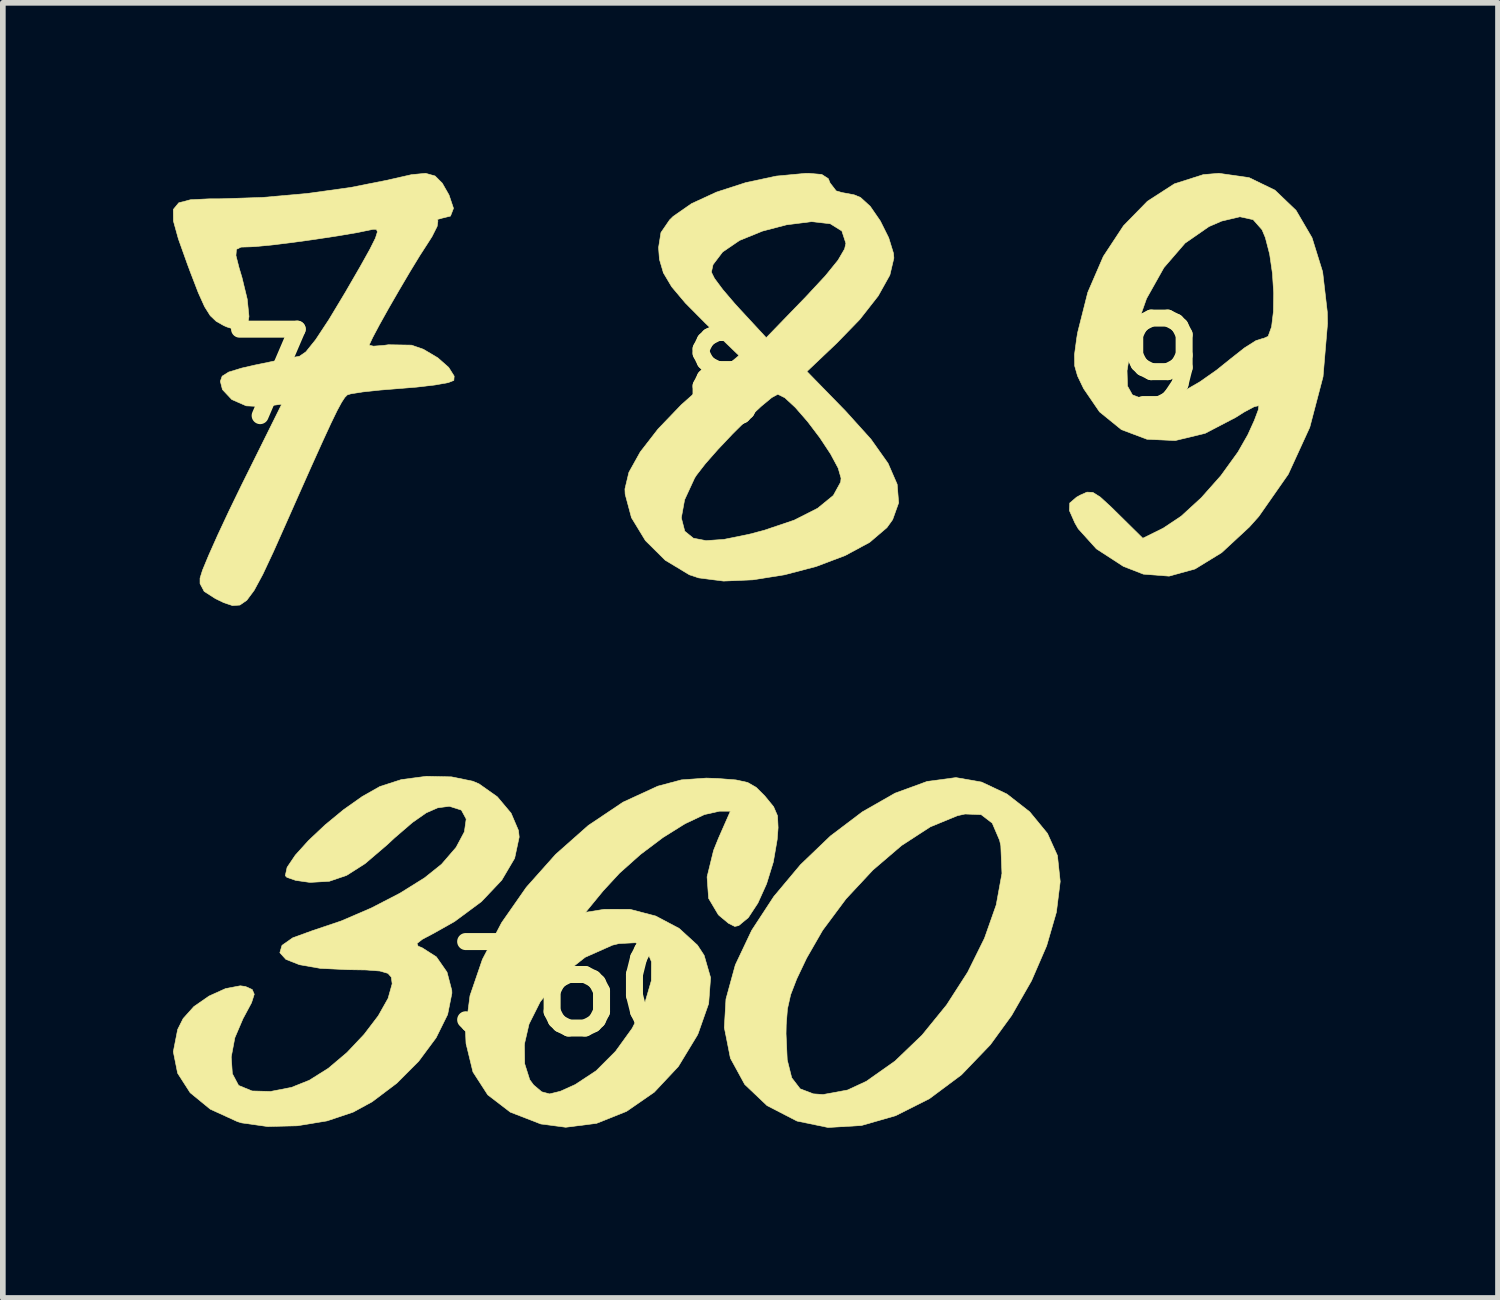
<source format=kicad_pcb>
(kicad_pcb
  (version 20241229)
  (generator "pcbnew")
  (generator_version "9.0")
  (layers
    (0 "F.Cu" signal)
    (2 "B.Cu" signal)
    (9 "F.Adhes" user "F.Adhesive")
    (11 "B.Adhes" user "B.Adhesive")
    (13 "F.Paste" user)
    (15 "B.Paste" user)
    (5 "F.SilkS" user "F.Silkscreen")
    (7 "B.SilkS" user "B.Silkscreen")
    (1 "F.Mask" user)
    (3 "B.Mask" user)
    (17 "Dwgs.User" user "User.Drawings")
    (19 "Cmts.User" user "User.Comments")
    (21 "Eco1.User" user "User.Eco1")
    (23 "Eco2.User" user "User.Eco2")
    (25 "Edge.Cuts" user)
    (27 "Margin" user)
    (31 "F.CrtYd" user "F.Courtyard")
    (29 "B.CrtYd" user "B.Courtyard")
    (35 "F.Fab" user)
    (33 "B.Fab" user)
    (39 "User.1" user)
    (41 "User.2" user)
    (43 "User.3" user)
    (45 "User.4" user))
  (footprint "8"
    (layer "F.Cu")
    (at 9.744 3.646)
    (property "Reference" "8" (at 0 0 0) (layer "F.SilkS") (effects (font (size 1.524 1.524) (thickness 0.3))))
    (attr through_hole)
    (fp_poly (pts (xy 1.692 -3.621) (xy 1.807 -3.547) (xy 1.838 -3.471) (xy 1.946 -3.331) (xy 2.047 -3.302) (xy 2.262 -3.262) (xy 2.374 -3.216) (xy 2.546 -3.059) (xy 2.724 -2.801) (xy 2.872 -2.504) (xy 2.956 -2.231) (xy 2.963 -2.147) (xy 2.892 -1.847) (xy 2.687 -1.48) (xy 2.361 -1.064) (xy 1.955 -0.646) (xy 1.43 -0.148) (xy 2.112 0.551) (xy 2.558 1.045) (xy 2.86 1.471) (xy 3.021 1.841) (xy 3.047 2.168) (xy 2.941 2.464) (xy 2.84 2.605) (xy 2.536 2.864) (xy 2.106 3.096) (xy 1.593 3.29) (xy 1.036 3.436) (xy 0.478 3.525) (xy -0.04 3.547) (xy -0.477 3.491) (xy -0.642 3.436) (xy -1.067 3.18) (xy -1.417 2.833) (xy -1.661 2.432) (xy -1.662 2.432) (xy -0.784 2.432) (xy -0.723 2.668) (xy -0.572 2.791) (xy -0.348 2.834) (xy -0.032 2.812) (xy 0.402 2.724) (xy 0.676 2.652) (xy 1.206 2.473) (xy 1.618 2.264) (xy 1.896 2.037) (xy 2.025 1.802) (xy 2.032 1.733) (xy 1.981 1.556) (xy 1.847 1.306) (xy 1.658 1.02) (xy 1.442 0.735) (xy 1.226 0.487) (xy 1.04 0.315) (xy 0.916 0.254) (xy 0.809 0.313) (xy 0.621 0.469) (xy 0.38 0.694) (xy 0.116 0.957) (xy -0.141 1.229) (xy -0.361 1.479) (xy -0.516 1.679) (xy -0.549 1.73) (xy -0.726 2.113) (xy -0.784 2.432) (xy -1.662 2.432) (xy -1.774 2.015) (xy -1.778 1.923) (xy -1.708 1.63) (xy -1.508 1.271) (xy -1.195 0.867) (xy -0.784 0.439) (xy -0.406 0.103) (xy 0.232 -0.429) (xy -0.358 -0.997) (xy -0.713 -1.355) (xy -0.954 -1.641) (xy -1.1 -1.887) (xy -1.103 -1.898) (xy -0.254 -1.898) (xy -0.2 -1.789) (xy -0.055 -1.594) (xy 0.153 -1.35) (xy 0.23 -1.265) (xy 0.713 -0.743) (xy 1.415 -1.468) (xy 1.757 -1.836) (xy 1.979 -2.11) (xy 2.094 -2.307) (xy 2.117 -2.406) (xy 2.046 -2.624) (xy 1.841 -2.752) (xy 1.512 -2.789) (xy 1.07 -2.733) (xy 0.649 -2.623) (xy 0.243 -2.458) (xy -0.056 -2.254) (xy -0.225 -2.031) (xy -0.254 -1.898) (xy -1.103 -1.898) (xy -1.17 -2.125) (xy -1.185 -2.332) (xy -1.143 -2.597) (xy -0.99 -2.82) (xy -0.927 -2.882) (xy -0.605 -3.106) (xy -0.163 -3.31) (xy 0.352 -3.477) (xy 0.89 -3.592) (xy 1.404 -3.64) (xy 1.459 -3.641) (xy 1.692 -3.621)) (stroke (width 0.01) (type solid)) (fill yes) (layer "F.SilkS")))
  (footprint "7"
    (layer "F.Cu")
    (at 1.681 3.587)
    (property "Reference" "7" (at 0 0 0) (layer "F.SilkS") (effects (font (size 1.524 1.524) (thickness 0.3))))
    (attr through_hole)
    (fp_poly (pts (xy 2.938 -3.535) (xy 3.065 -3.408) (xy 3.184 -3.2) (xy 3.263 -2.965) (xy 3.21 -2.828) (xy 3.071 -2.794) (xy 2.981 -2.769) (xy 2.988 -2.741) (xy 2.975 -2.647) (xy 2.884 -2.466) (xy 2.803 -2.339) (xy 2.668 -2.13) (xy 2.496 -1.848) (xy 2.307 -1.527) (xy 2.12 -1.203) (xy 1.957 -0.911) (xy 1.837 -0.685) (xy 1.78 -0.562) (xy 1.778 -0.552) (xy 1.852 -0.535) (xy 2.037 -0.549) (xy 2.115 -0.56) (xy 2.523 -0.553) (xy 2.733 -0.48) (xy 2.986 -0.33) (xy 3.178 -0.161) (xy 3.275 -0.007) (xy 3.269 0.069) (xy 3.169 0.108) (xy 2.938 0.149) (xy 2.613 0.187) (xy 2.344 0.209) (xy 1.972 0.239) (xy 1.662 0.272) (xy 1.454 0.305) (xy 1.39 0.325) (xy 1.347 0.369) (xy 1.29 0.456) (xy 1.21 0.604) (xy 1.101 0.829) (xy 0.954 1.148) (xy 0.76 1.578) (xy 0.512 2.136) (xy 0.333 2.54) (xy 0.091 3.084) (xy -0.099 3.489) (xy -0.251 3.77) (xy -0.381 3.945) (xy -0.503 4.029) (xy -0.632 4.038) (xy -0.783 3.988) (xy -0.931 3.917) (xy -1.132 3.788) (xy -1.205 3.65) (xy -1.205 3.555) (xy -1.161 3.414) (xy -1.052 3.151) (xy -0.892 2.792) (xy -0.693 2.367) (xy -0.474 1.916) (xy 0.235 0.488) (xy -0.093 0.532) (xy -0.391 0.517) (xy -0.645 0.406) (xy -0.81 0.23) (xy -0.847 0.084) (xy -0.815 -0.006) (xy -0.699 -0.079) (xy -0.468 -0.149) (xy -0.233 -0.203) (xy 0.092 -0.27) (xy 0.37 -0.325) (xy 0.542 -0.356) (xy 0.548 -0.357) (xy 0.662 -0.436) (xy 0.834 -0.65) (xy 1.068 -1.005) (xy 1.37 -1.507) (xy 1.373 -1.513) (xy 1.62 -1.94) (xy 1.789 -2.243) (xy 1.887 -2.439) (xy 1.922 -2.55) (xy 1.904 -2.595) (xy 1.84 -2.594) (xy 1.815 -2.589) (xy 1.576 -2.539) (xy 1.23 -2.48) (xy 0.828 -2.419) (xy 0.419 -2.362) (xy 0.051 -2.317) (xy -0.225 -2.291) (xy -0.318 -2.286) (xy -0.482 -2.281) (xy -0.563 -2.242) (xy -0.572 -2.133) (xy -0.517 -1.917) (xy -0.465 -1.743) (xy -0.373 -1.364) (xy -0.342 -1.058) (xy -0.376 -0.858) (xy -0.418 -0.808) (xy -0.538 -0.81) (xy -0.738 -0.876) (xy -0.789 -0.899) (xy -0.92 -0.973) (xy -1.025 -1.073) (xy -1.124 -1.23) (xy -1.235 -1.476) (xy -1.376 -1.842) (xy -1.427 -1.979) (xy -1.587 -2.427) (xy -1.674 -2.741) (xy -1.676 -2.945) (xy -1.58 -3.062) (xy -1.374 -3.116) (xy -1.046 -3.132) (xy -0.827 -3.133) (xy -0.1 -3.157) (xy 0.68 -3.226) (xy 1.439 -3.331) (xy 2.107 -3.463) (xy 2.151 -3.474) (xy 2.522 -3.558) (xy 2.771 -3.582) (xy 2.938 -3.535)) (stroke (width 0.01) (type solid)) (fill yes) (layer "F.SilkS")))
  (footprint "360"
    (layer "F.Cu")
    (at 7.118 14.382)
    (property "Reference" "360" (at 0 0 0) (layer "F.SilkS") (effects (font (size 1.524 1.524) (thickness 0.3))))
    (attr through_hole)
    (fp_poly (pts (xy 7.135 -3.646) (xy 7.582 -3.435) (xy 7.983 -3.122) (xy 8.296 -2.741) (xy 8.472 -2.351) (xy 8.521 -1.893) (xy 8.454 -1.353) (xy 8.282 -0.76) (xy 8.015 -0.143) (xy 7.665 0.468) (xy 7.289 0.985) (xy 6.78 1.515) (xy 6.216 1.935) (xy 5.62 2.235) (xy 5.017 2.408) (xy 4.43 2.443) (xy 3.883 2.33) (xy 3.878 2.328) (xy 3.353 2.057) (xy 2.96 1.684) (xy 2.707 1.221) (xy 2.622 0.791) (xy 3.688 0.791) (xy 3.709 1.251) (xy 3.788 1.567) (xy 3.937 1.761) (xy 4.169 1.85) (xy 4.341 1.862) (xy 4.771 1.783) (xy 5.103 1.629) (xy 5.609 1.272) (xy 6.086 0.814) (xy 6.518 0.283) (xy 6.89 -0.295) (xy 7.186 -0.893) (xy 7.393 -1.481) (xy 7.494 -2.035) (xy 7.474 -2.524) (xy 7.452 -2.621) (xy 7.323 -2.922) (xy 7.127 -3.072) (xy 6.844 -3.083) (xy 6.708 -3.053) (xy 6.23 -2.856) (xy 5.725 -2.528) (xy 5.22 -2.096) (xy 4.746 -1.588) (xy 4.333 -1.033) (xy 4.05 -0.541) (xy 3.876 -0.175) (xy 3.769 0.102) (xy 3.713 0.352) (xy 3.691 0.633) (xy 3.688 0.791) (xy 2.622 0.791) (xy 2.6 0.682) (xy 2.629 0.179) (xy 2.794 -0.423) (xy 3.083 -1.033) (xy 3.473 -1.629) (xy 3.943 -2.19) (xy 4.47 -2.695) (xy 5.033 -3.121) (xy 5.609 -3.45) (xy 6.177 -3.658) (xy 6.683 -3.725) (xy 7.135 -3.646)) (stroke (width 0.01) (type solid)) (fill yes) (layer "F.SilkS"))
    (fp_poly (pts (xy 2.486 -3.709) (xy 2.805 -3.684) (xy 3.011 -3.639) (xy 3.161 -3.553) (xy 3.311 -3.404) (xy 3.322 -3.391) (xy 3.469 -3.211) (xy 3.538 -3.051) (xy 3.548 -2.841) (xy 3.532 -2.633) (xy 3.464 -2.237) (xy 3.345 -1.852) (xy 3.192 -1.513) (xy 3.023 -1.256) (xy 2.854 -1.116) (xy 2.784 -1.101) (xy 2.674 -1.156) (xy 2.513 -1.29) (xy 2.494 -1.308) (xy 2.323 -1.596) (xy 2.296 -1.974) (xy 2.411 -2.443) (xy 2.497 -2.656) (xy 2.707 -3.133) (xy 2.515 -3.133) (xy 2.249 -3.073) (xy 1.906 -2.911) (xy 1.519 -2.669) (xy 1.123 -2.371) (xy 0.753 -2.041) (xy 0.463 -1.727) (xy 0.154 -1.35) (xy 0.483 -1.403) (xy 0.934 -1.404) (xy 1.39 -1.285) (xy 1.803 -1.067) (xy 2.126 -0.772) (xy 2.244 -0.592) (xy 2.358 -0.198) (xy 2.324 0.259) (xy 2.139 0.785) (xy 2.123 0.819) (xy 1.789 1.369) (xy 1.365 1.821) (xy 0.876 2.159) (xy 0.348 2.37) (xy -0.195 2.439) (xy -0.635 2.381) (xy -1.172 2.173) (xy -1.57 1.868) (xy -1.831 1.464) (xy -1.95 0.974) (xy -0.924 0.974) (xy -0.919 1.32) (xy -0.83 1.601) (xy -0.762 1.693) (xy -0.619 1.814) (xy -0.48 1.851) (xy -0.292 1.805) (xy -0.028 1.686) (xy 0.341 1.443) (xy 0.683 1.1) (xy 0.975 0.696) (xy 1.193 0.269) (xy 1.313 -0.143) (xy 1.315 -0.48) (xy 1.22 -0.71) (xy 1.034 -0.814) (xy 0.742 -0.799) (xy 0.627 -0.771) (xy 0.146 -0.557) (xy -0.291 -0.212) (xy -0.645 0.227) (xy -0.842 0.619) (xy -0.924 0.974) (xy -1.95 0.974) (xy -1.953 0.962) (xy -1.963 0.728) (xy -1.883 0.119) (xy -1.664 -0.521) (xy -1.326 -1.167) (xy -0.889 -1.793) (xy -0.373 -2.372) (xy 0.202 -2.881) (xy 0.815 -3.292) (xy 1.428 -3.574) (xy 1.845 -3.685) (xy 2.282 -3.716) (xy 2.486 -3.709)) (stroke (width 0.01) (type solid)) (fill yes) (layer "F.SilkS"))
    (fp_poly (pts (xy -2.209 -3.738) (xy -1.833 -3.661) (xy -1.723 -3.614) (xy -1.402 -3.387) (xy -1.159 -3.098) (xy -1.029 -2.794) (xy -1.016 -2.677) (xy -1.096 -2.303) (xy -1.324 -1.916) (xy -1.682 -1.538) (xy -2.152 -1.19) (xy -2.493 -0.997) (xy -2.724 -0.874) (xy -2.818 -0.8) (xy -2.797 -0.753) (xy -2.728 -0.726) (xy -2.476 -0.565) (xy -2.288 -0.295) (xy -2.204 0.026) (xy -2.202 0.075) (xy -2.277 0.451) (xy -2.48 0.861) (xy -2.788 1.276) (xy -3.173 1.662) (xy -3.608 1.99) (xy -3.944 2.173) (xy -4.404 2.327) (xy -4.928 2.413) (xy -5.451 2.426) (xy -5.907 2.362) (xy -5.983 2.339) (xy -6.462 2.12) (xy -6.816 1.83) (xy -7.037 1.486) (xy -7.113 1.107) (xy -7.036 0.714) (xy -6.94 0.523) (xy -6.751 0.312) (xy -6.483 0.126) (xy -6.191 -0.006) (xy -5.932 -0.055) (xy -5.84 -0.042) (xy -5.722 0.011) (xy -5.686 0.094) (xy -5.734 0.244) (xy -5.87 0.498) (xy -5.883 0.521) (xy -6.028 0.86) (xy -6.092 1.2) (xy -6.072 1.495) (xy -5.965 1.696) (xy -5.956 1.704) (xy -5.725 1.799) (xy -5.4 1.808) (xy -5.03 1.736) (xy -4.717 1.611) (xy -4.381 1.4) (xy -4.05 1.12) (xy -3.749 0.801) (xy -3.5 0.474) (xy -3.327 0.167) (xy -3.255 -0.09) (xy -3.27 -0.207) (xy -3.33 -0.274) (xy -3.47 -0.315) (xy -3.721 -0.334) (xy -4.035 -0.339) (xy -4.521 -0.362) (xy -4.888 -0.426) (xy -5.129 -0.521) (xy -5.235 -0.638) (xy -5.197 -0.768) (xy -5.007 -0.901) (xy -4.657 -1.028) (xy -4.152 -1.198) (xy -3.623 -1.426) (xy -3.118 -1.687) (xy -2.685 -1.957) (xy -2.385 -2.197) (xy -2.128 -2.495) (xy -1.982 -2.769) (xy -1.95 -2.995) (xy -2.035 -3.152) (xy -2.239 -3.217) (xy -2.265 -3.217) (xy -2.453 -3.192) (xy -2.654 -3.104) (xy -2.897 -2.934) (xy -3.212 -2.663) (xy -3.349 -2.536) (xy -3.733 -2.208) (xy -4.058 -2.001) (xy -4.364 -1.897) (xy -4.689 -1.878) (xy -4.718 -1.879) (xy -4.956 -1.913) (xy -5.111 -1.967) (xy -5.139 -1.996) (xy -5.107 -2.143) (xy -4.962 -2.358) (xy -4.729 -2.616) (xy -4.437 -2.891) (xy -4.113 -3.158) (xy -3.782 -3.392) (xy -3.473 -3.567) (xy -3.473 -3.567) (xy -3.093 -3.69) (xy -2.65 -3.748) (xy -2.209 -3.738)) (stroke (width 0.01) (type solid)) (fill yes) (layer "F.SilkS")))
  (footprint "9"
    (layer "F.Cu")
    (at 17.388 3.392)
    (property "Reference" "9" (at 0 0 0) (layer "F.SilkS") (effects (font (size 1.524 1.524) (thickness 0.3))))
    (attr through_hole)
    (fp_poly (pts (xy 1.58 -3.311) (xy 2.036 -3.09) (xy 2.408 -2.734) (xy 2.69 -2.251) (xy 2.877 -1.65) (xy 2.959 -0.942) (xy 2.963 -0.738) (xy 2.884 0.199) (xy 2.65 1.091) (xy 2.271 1.918) (xy 1.752 2.661) (xy 1.586 2.847) (xy 1.097 3.3) (xy 0.627 3.588) (xy 0.17 3.714) (xy -0.283 3.679) (xy -0.635 3.542) (xy -1.111 3.233) (xy -1.431 2.879) (xy -1.49 2.777) (xy -1.587 2.558) (xy -1.581 2.425) (xy -1.461 2.322) (xy -1.394 2.285) (xy -1.277 2.233) (xy -1.173 2.238) (xy -1.044 2.319) (xy -0.853 2.494) (xy -0.737 2.608) (xy -0.293 3.046) (xy 0.067 2.868) (xy 0.386 2.655) (xy 0.738 2.332) (xy 1.084 1.942) (xy 1.384 1.527) (xy 1.558 1.222) (xy 1.673 0.969) (xy 1.743 0.782) (xy 1.752 0.708) (xy 1.667 0.729) (xy 1.489 0.824) (xy 1.344 0.916) (xy 0.805 1.197) (xy 0.278 1.324) (xy -0.22 1.301) (xy -0.671 1.131) (xy -1.056 0.818) (xy -1.337 0.407) (xy -1.443 0.186) (xy -1.47 0.093) (xy -0.571 0.093) (xy -0.563 0.363) (xy -0.476 0.519) (xy -0.3 0.585) (xy -0.189 0.591) (xy 0.097 0.552) (xy 0.405 0.457) (xy 0.466 0.431) (xy 0.709 0.291) (xy 1.006 0.083) (xy 1.261 -0.122) (xy 1.501 -0.311) (xy 1.702 -0.438) (xy 1.823 -0.476) (xy 1.828 -0.474) (xy 1.916 -0.513) (xy 1.977 -0.682) (xy 2.009 -0.947) (xy 2.014 -1.273) (xy 1.992 -1.623) (xy 1.943 -1.961) (xy 1.867 -2.254) (xy 1.809 -2.392) (xy 1.652 -2.57) (xy 1.419 -2.621) (xy 1.097 -2.545) (xy 0.873 -2.448) (xy 0.452 -2.156) (xy 0.079 -1.724) (xy -0.227 -1.179) (xy -0.451 -0.546) (xy -0.506 -0.311) (xy -0.571 0.093) (xy -1.47 0.093) (xy -1.494 0.008) (xy -1.497 -0.191) (xy -1.459 -0.475) (xy -1.442 -0.579) (xy -1.263 -1.288) (xy -0.989 -1.922) (xy -0.633 -2.463) (xy -0.211 -2.895) (xy 0.263 -3.201) (xy 0.773 -3.364) (xy 1.048 -3.387) (xy 1.58 -3.311)) (stroke (width 0.01) (type solid)) (fill yes) (layer "F.SilkS")))
  (gr_rect
    (start -3 -3)
    (end 23.356 19.83)
    (stroke (width 0.1) (type default))
    (fill no)
    (layer "Edge.Cuts")))
</source>
